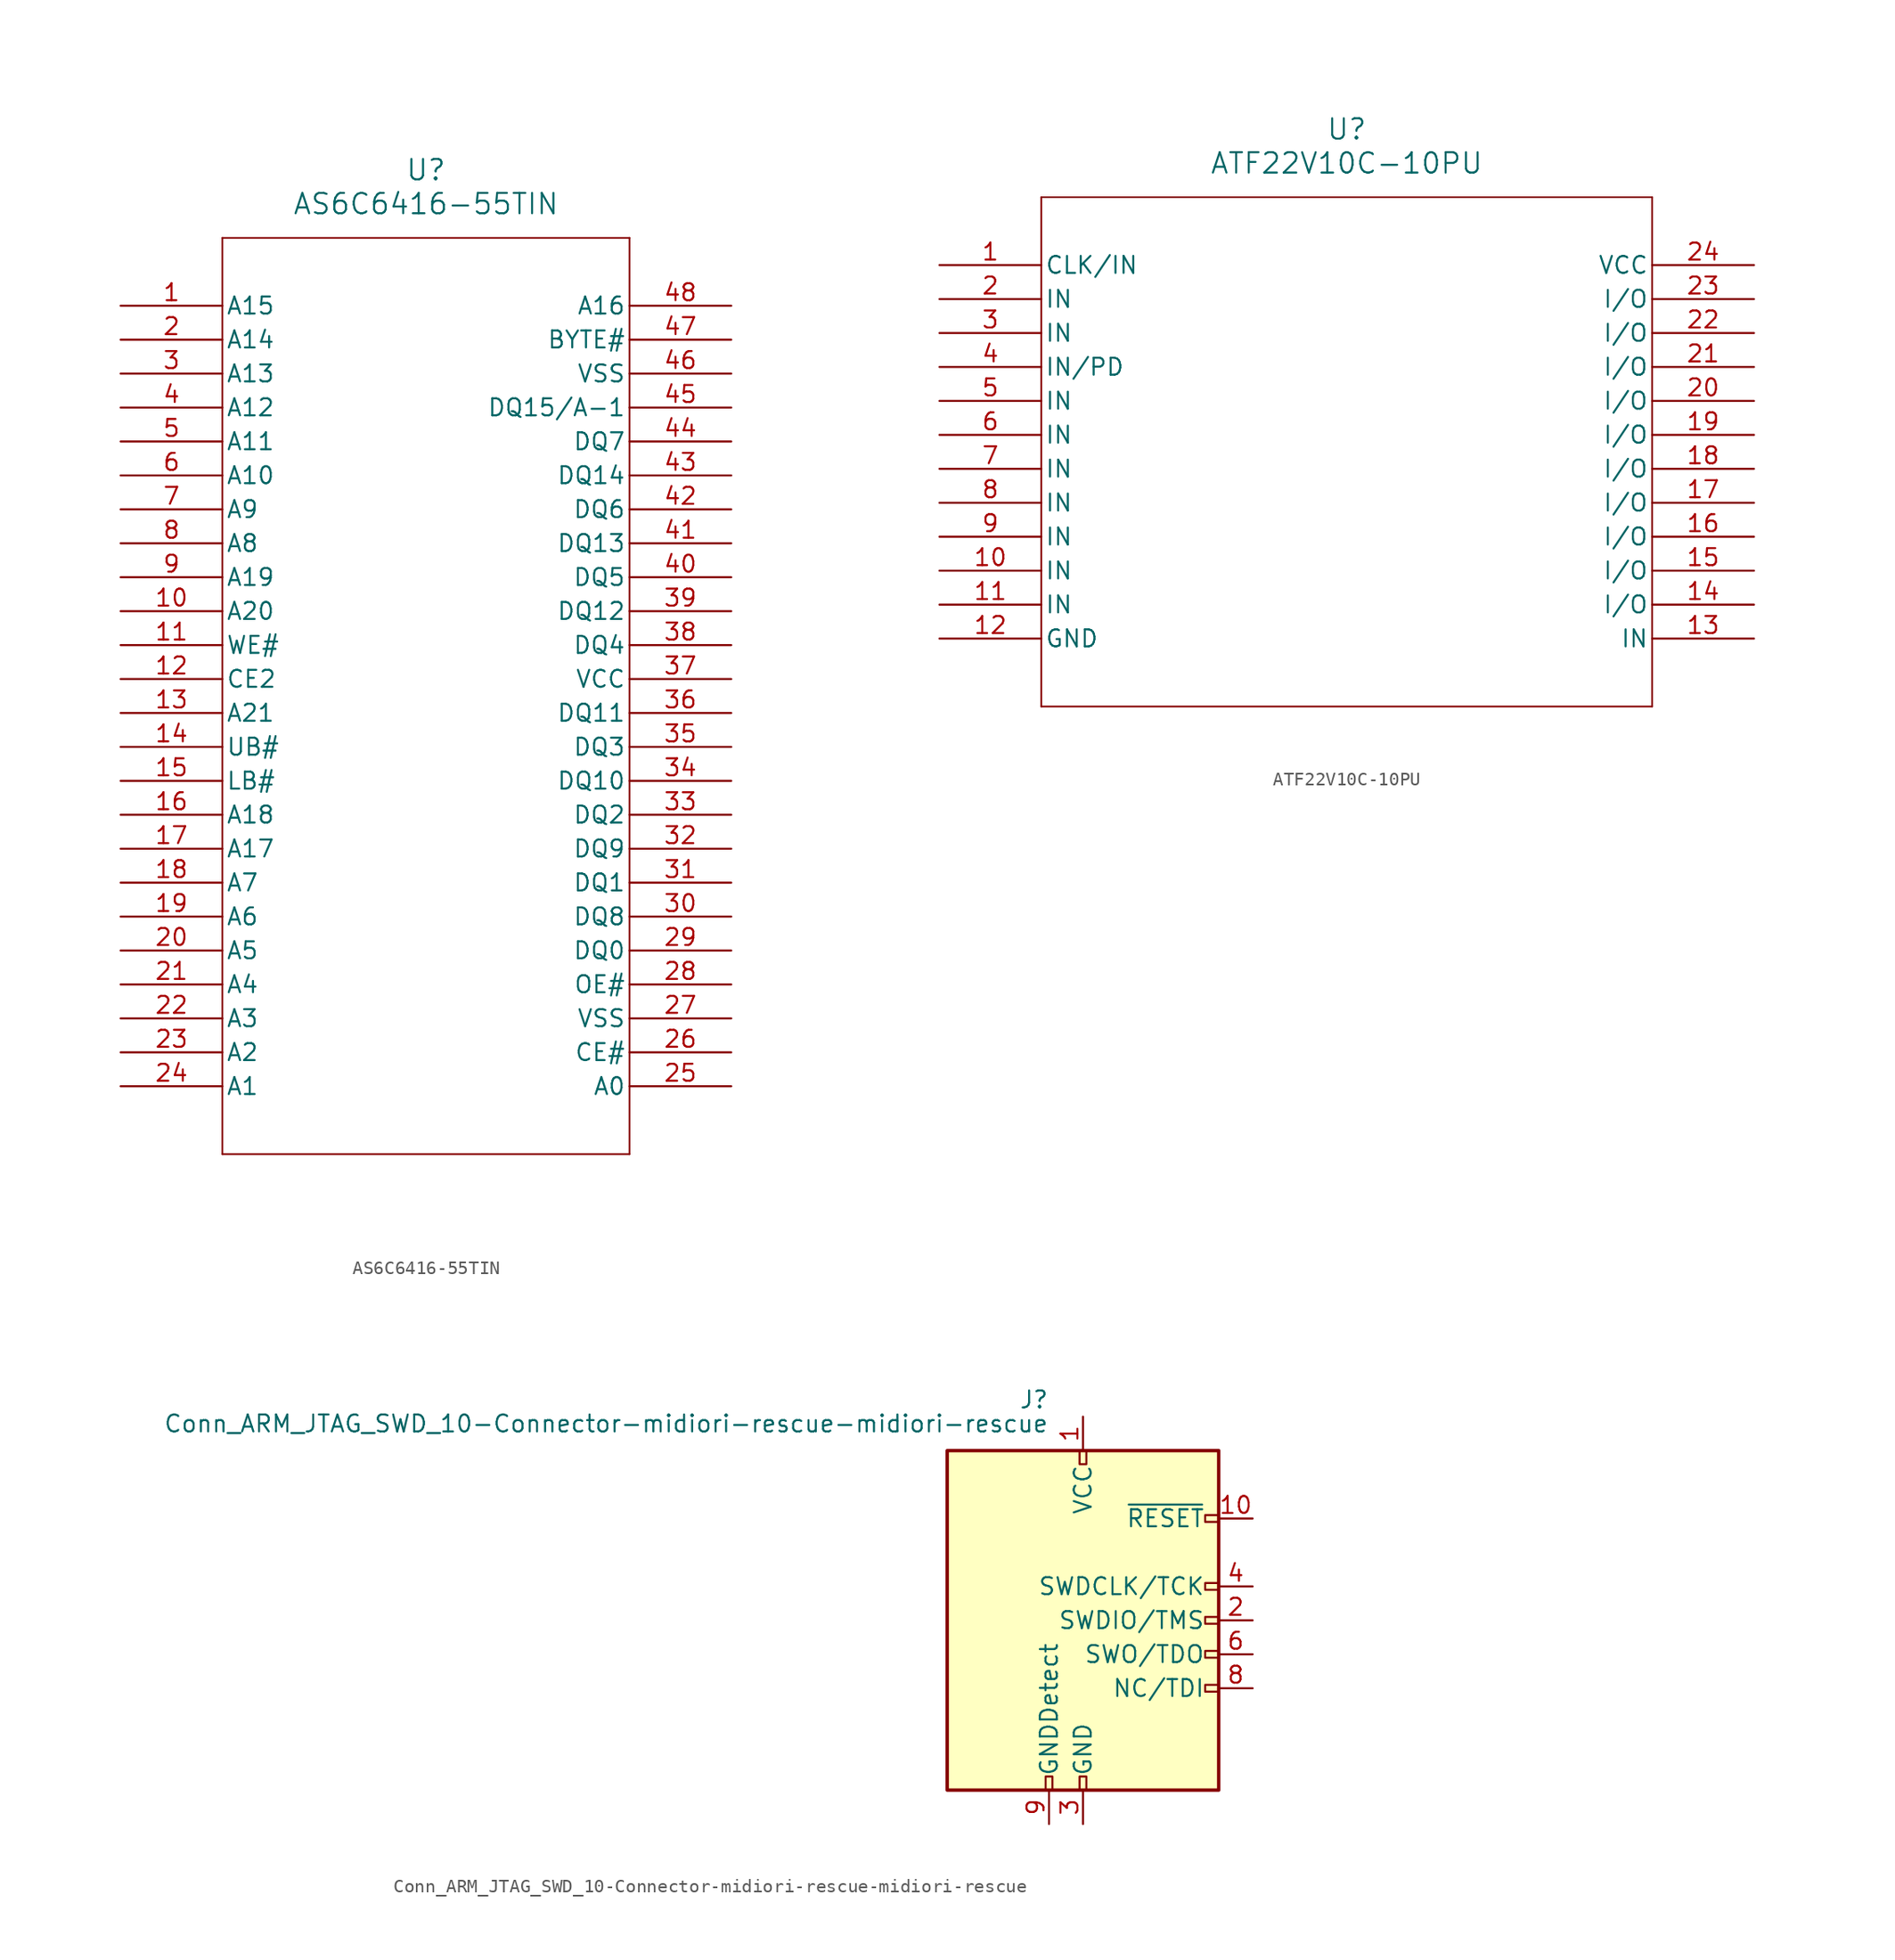
<source format=kicad_sym>
(kicad_symbol_lib
  (version 20220914)
  (generator kicad_symbol_editor)
  (symbol "AS6C6416-55TIN"
    (pin_names
      (offset 0.254))
    (property "Reference" "U"
      (at 22.86 10.16 0)
      (effects (font (size 1.524 1.524))))
    (property "Value" "AS6C6416-55TIN"
      (at 22.86 7.62 0)
      (effects (font (size 1.524 1.524))))
    (property "ki_locked" ""
      (at 0 0 0)
      (effects (font (size 1.27 1.27))))
    (symbol "AS6C6416-55TIN_0_1"
      (polyline (pts (xy 7.62 -63.5) (xy 38.1 -63.5)) (stroke (width 0.127) (type default)) (fill (type none)))
      (polyline (pts (xy 7.62 5.08) (xy 7.62 -63.5)) (stroke (width 0.127) (type default)) (fill (type none)))
      (polyline (pts (xy 38.1 -63.5) (xy 38.1 5.08)) (stroke (width 0.127) (type default)) (fill (type none)))
      (polyline (pts (xy 38.1 5.08) (xy 7.62 5.08)) (stroke (width 0.127) (type default)) (fill (type none)))
      (pin input line (at 0 0 0) (length 7.62) (name "A15" (effects (font (size 1.27 1.27)))) (number "1" (effects (font (size 1.27 1.27)))))
      (pin input line (at 0 -22.86 0) (length 7.62) (name "A20" (effects (font (size 1.27 1.27)))) (number "10" (effects (font (size 1.27 1.27)))))
      (pin input line (at 0 -25.4 0) (length 7.62) (name "WE#" (effects (font (size 1.27 1.27)))) (number "11" (effects (font (size 1.27 1.27)))))
      (pin input line (at 0 -27.94 0) (length 7.62) (name "CE2" (effects (font (size 1.27 1.27)))) (number "12" (effects (font (size 1.27 1.27)))))
      (pin input line (at 0 -30.48 0) (length 7.62) (name "A21" (effects (font (size 1.27 1.27)))) (number "13" (effects (font (size 1.27 1.27)))))
      (pin input line (at 0 -33.02 0) (length 7.62) (name "UB#" (effects (font (size 1.27 1.27)))) (number "14" (effects (font (size 1.27 1.27)))))
      (pin input line (at 0 -35.56 0) (length 7.62) (name "LB#" (effects (font (size 1.27 1.27)))) (number "15" (effects (font (size 1.27 1.27)))))
      (pin input line (at 0 -38.1 0) (length 7.62) (name "A18" (effects (font (size 1.27 1.27)))) (number "16" (effects (font (size 1.27 1.27)))))
      (pin input line (at 0 -40.64 0) (length 7.62) (name "A17" (effects (font (size 1.27 1.27)))) (number "17" (effects (font (size 1.27 1.27)))))
      (pin input line (at 0 -43.18 0) (length 7.62) (name "A7" (effects (font (size 1.27 1.27)))) (number "18" (effects (font (size 1.27 1.27)))))
      (pin input line (at 0 -45.72 0) (length 7.62) (name "A6" (effects (font (size 1.27 1.27)))) (number "19" (effects (font (size 1.27 1.27)))))
      (pin input line (at 0 -2.54 0) (length 7.62) (name "A14" (effects (font (size 1.27 1.27)))) (number "2" (effects (font (size 1.27 1.27)))))
      (pin input line (at 0 -48.26 0) (length 7.62) (name "A5" (effects (font (size 1.27 1.27)))) (number "20" (effects (font (size 1.27 1.27)))))
      (pin input line (at 0 -50.8 0) (length 7.62) (name "A4" (effects (font (size 1.27 1.27)))) (number "21" (effects (font (size 1.27 1.27)))))
      (pin input line (at 0 -53.34 0) (length 7.62) (name "A3" (effects (font (size 1.27 1.27)))) (number "22" (effects (font (size 1.27 1.27)))))
      (pin input line (at 0 -55.88 0) (length 7.62) (name "A2" (effects (font (size 1.27 1.27)))) (number "23" (effects (font (size 1.27 1.27)))))
      (pin input line (at 0 -58.42 0) (length 7.62) (name "A1" (effects (font (size 1.27 1.27)))) (number "24" (effects (font (size 1.27 1.27)))))
      (pin input line (at 45.72 -58.42 180) (length 7.62) (name "A0" (effects (font (size 1.27 1.27)))) (number "25" (effects (font (size 1.27 1.27)))))
      (pin input line (at 45.72 -55.88 180) (length 7.62) (name "CE#" (effects (font (size 1.27 1.27)))) (number "26" (effects (font (size 1.27 1.27)))))
      (pin power_out line (at 45.72 -53.34 180) (length 7.62) (name "VSS" (effects (font (size 1.27 1.27)))) (number "27" (effects (font (size 1.27 1.27)))))
      (pin input line (at 45.72 -50.8 180) (length 7.62) (name "OE#" (effects (font (size 1.27 1.27)))) (number "28" (effects (font (size 1.27 1.27)))))
      (pin bidirectional line (at 45.72 -48.26 180) (length 7.62) (name "DQ0" (effects (font (size 1.27 1.27)))) (number "29" (effects (font (size 1.27 1.27)))))
      (pin input line (at 0 -5.08 0) (length 7.62) (name "A13" (effects (font (size 1.27 1.27)))) (number "3" (effects (font (size 1.27 1.27)))))
      (pin bidirectional line (at 45.72 -45.72 180) (length 7.62) (name "DQ8" (effects (font (size 1.27 1.27)))) (number "30" (effects (font (size 1.27 1.27)))))
      (pin bidirectional line (at 45.72 -43.18 180) (length 7.62) (name "DQ1" (effects (font (size 1.27 1.27)))) (number "31" (effects (font (size 1.27 1.27)))))
      (pin bidirectional line (at 45.72 -40.64 180) (length 7.62) (name "DQ9" (effects (font (size 1.27 1.27)))) (number "32" (effects (font (size 1.27 1.27)))))
      (pin bidirectional line (at 45.72 -38.1 180) (length 7.62) (name "DQ2" (effects (font (size 1.27 1.27)))) (number "33" (effects (font (size 1.27 1.27)))))
      (pin bidirectional line (at 45.72 -35.56 180) (length 7.62) (name "DQ10" (effects (font (size 1.27 1.27)))) (number "34" (effects (font (size 1.27 1.27)))))
      (pin bidirectional line (at 45.72 -33.02 180) (length 7.62) (name "DQ3" (effects (font (size 1.27 1.27)))) (number "35" (effects (font (size 1.27 1.27)))))
      (pin bidirectional line (at 45.72 -30.48 180) (length 7.62) (name "DQ11" (effects (font (size 1.27 1.27)))) (number "36" (effects (font (size 1.27 1.27)))))
      (pin power_in line (at 45.72 -27.94 180) (length 7.62) (name "VCC" (effects (font (size 1.27 1.27)))) (number "37" (effects (font (size 1.27 1.27)))))
      (pin bidirectional line (at 45.72 -25.4 180) (length 7.62) (name "DQ4" (effects (font (size 1.27 1.27)))) (number "38" (effects (font (size 1.27 1.27)))))
      (pin bidirectional line (at 45.72 -22.86 180) (length 7.62) (name "DQ12" (effects (font (size 1.27 1.27)))) (number "39" (effects (font (size 1.27 1.27)))))
      (pin input line (at 0 -7.62 0) (length 7.62) (name "A12" (effects (font (size 1.27 1.27)))) (number "4" (effects (font (size 1.27 1.27)))))
      (pin bidirectional line (at 45.72 -20.32 180) (length 7.62) (name "DQ5" (effects (font (size 1.27 1.27)))) (number "40" (effects (font (size 1.27 1.27)))))
      (pin bidirectional line (at 45.72 -17.78 180) (length 7.62) (name "DQ13" (effects (font (size 1.27 1.27)))) (number "41" (effects (font (size 1.27 1.27)))))
      (pin bidirectional line (at 45.72 -15.24 180) (length 7.62) (name "DQ6" (effects (font (size 1.27 1.27)))) (number "42" (effects (font (size 1.27 1.27)))))
      (pin bidirectional line (at 45.72 -12.7 180) (length 7.62) (name "DQ14" (effects (font (size 1.27 1.27)))) (number "43" (effects (font (size 1.27 1.27)))))
      (pin bidirectional line (at 45.72 -10.16 180) (length 7.62) (name "DQ7" (effects (font (size 1.27 1.27)))) (number "44" (effects (font (size 1.27 1.27)))))
      (pin bidirectional line (at 45.72 -7.62 180) (length 7.62) (name "DQ15/A-1" (effects (font (size 1.27 1.27)))) (number "45" (effects (font (size 1.27 1.27)))))
      (pin power_out line (at 45.72 -5.08 180) (length 7.62) (name "VSS" (effects (font (size 1.27 1.27)))) (number "46" (effects (font (size 1.27 1.27)))))
      (pin input line (at 45.72 -2.54 180) (length 7.62) (name "BYTE#" (effects (font (size 1.27 1.27)))) (number "47" (effects (font (size 1.27 1.27)))))
      (pin input line (at 45.72 0 180) (length 7.62) (name "A16" (effects (font (size 1.27 1.27)))) (number "48" (effects (font (size 1.27 1.27)))))
      (pin input line (at 0 -10.16 0) (length 7.62) (name "A11" (effects (font (size 1.27 1.27)))) (number "5" (effects (font (size 1.27 1.27)))))
      (pin input line (at 0 -12.7 0) (length 7.62) (name "A10" (effects (font (size 1.27 1.27)))) (number "6" (effects (font (size 1.27 1.27)))))
      (pin input line (at 0 -15.24 0) (length 7.62) (name "A9" (effects (font (size 1.27 1.27)))) (number "7" (effects (font (size 1.27 1.27)))))
      (pin input line (at 0 -17.78 0) (length 7.62) (name "A8" (effects (font (size 1.27 1.27)))) (number "8" (effects (font (size 1.27 1.27)))))
      (pin input line (at 0 -20.32 0) (length 7.62) (name "A19" (effects (font (size 1.27 1.27)))) (number "9" (effects (font (size 1.27 1.27)))))))
  (symbol "ATF22V10C-10PU"
    (pin_names
      (offset 0.254))
    (property "Reference" "U"
      (at 30.48 10.16 0)
      (effects (font (size 1.524 1.524))))
    (property "Value" "ATF22V10C-10PU"
      (at 30.48 7.62 0)
      (effects (font (size 1.524 1.524))))
    (property "ki_locked" ""
      (at 0 0 0)
      (effects (font (size 1.27 1.27))))
    (symbol "ATF22V10C-10PU_0_1"
      (polyline (pts (xy 7.62 -33.02) (xy 53.34 -33.02)) (stroke (width 0.127) (type default)) (fill (type none)))
      (polyline (pts (xy 7.62 5.08) (xy 7.62 -33.02)) (stroke (width 0.127) (type default)) (fill (type none)))
      (polyline (pts (xy 53.34 -33.02) (xy 53.34 5.08)) (stroke (width 0.127) (type default)) (fill (type none)))
      (polyline (pts (xy 53.34 5.08) (xy 7.62 5.08)) (stroke (width 0.127) (type default)) (fill (type none)))
      (pin bidirectional line (at 0 0 0) (length 7.62) (name "CLK/IN" (effects (font (size 1.27 1.27)))) (number "1" (effects (font (size 1.27 1.27)))))
      (pin input line (at 0 -22.86 0) (length 7.62) (name "IN" (effects (font (size 1.27 1.27)))) (number "10" (effects (font (size 1.27 1.27)))))
      (pin input line (at 0 -25.4 0) (length 7.62) (name "IN" (effects (font (size 1.27 1.27)))) (number "11" (effects (font (size 1.27 1.27)))))
      (pin power_in line (at 0 -27.94 0) (length 7.62) (name "GND" (effects (font (size 1.27 1.27)))) (number "12" (effects (font (size 1.27 1.27)))))
      (pin input line (at 60.96 -27.94 180) (length 7.62) (name "IN" (effects (font (size 1.27 1.27)))) (number "13" (effects (font (size 1.27 1.27)))))
      (pin bidirectional line (at 60.96 -25.4 180) (length 7.62) (name "I/O" (effects (font (size 1.27 1.27)))) (number "14" (effects (font (size 1.27 1.27)))))
      (pin bidirectional line (at 60.96 -22.86 180) (length 7.62) (name "I/O" (effects (font (size 1.27 1.27)))) (number "15" (effects (font (size 1.27 1.27)))))
      (pin bidirectional line (at 60.96 -20.32 180) (length 7.62) (name "I/O" (effects (font (size 1.27 1.27)))) (number "16" (effects (font (size 1.27 1.27)))))
      (pin bidirectional line (at 60.96 -17.78 180) (length 7.62) (name "I/O" (effects (font (size 1.27 1.27)))) (number "17" (effects (font (size 1.27 1.27)))))
      (pin bidirectional line (at 60.96 -15.24 180) (length 7.62) (name "I/O" (effects (font (size 1.27 1.27)))) (number "18" (effects (font (size 1.27 1.27)))))
      (pin bidirectional line (at 60.96 -12.7 180) (length 7.62) (name "I/O" (effects (font (size 1.27 1.27)))) (number "19" (effects (font (size 1.27 1.27)))))
      (pin input line (at 0 -2.54 0) (length 7.62) (name "IN" (effects (font (size 1.27 1.27)))) (number "2" (effects (font (size 1.27 1.27)))))
      (pin bidirectional line (at 60.96 -10.16 180) (length 7.62) (name "I/O" (effects (font (size 1.27 1.27)))) (number "20" (effects (font (size 1.27 1.27)))))
      (pin bidirectional line (at 60.96 -7.62 180) (length 7.62) (name "I/O" (effects (font (size 1.27 1.27)))) (number "21" (effects (font (size 1.27 1.27)))))
      (pin bidirectional line (at 60.96 -5.08 180) (length 7.62) (name "I/O" (effects (font (size 1.27 1.27)))) (number "22" (effects (font (size 1.27 1.27)))))
      (pin bidirectional line (at 60.96 -2.54 180) (length 7.62) (name "I/O" (effects (font (size 1.27 1.27)))) (number "23" (effects (font (size 1.27 1.27)))))
      (pin power_in line (at 60.96 0 180) (length 7.62) (name "VCC" (effects (font (size 1.27 1.27)))) (number "24" (effects (font (size 1.27 1.27)))))
      (pin input line (at 0 -5.08 0) (length 7.62) (name "IN" (effects (font (size 1.27 1.27)))) (number "3" (effects (font (size 1.27 1.27)))))
      (pin bidirectional line (at 0 -7.62 0) (length 7.62) (name "IN/PD" (effects (font (size 1.27 1.27)))) (number "4" (effects (font (size 1.27 1.27)))))
      (pin input line (at 0 -10.16 0) (length 7.62) (name "IN" (effects (font (size 1.27 1.27)))) (number "5" (effects (font (size 1.27 1.27)))))
      (pin input line (at 0 -12.7 0) (length 7.62) (name "IN" (effects (font (size 1.27 1.27)))) (number "6" (effects (font (size 1.27 1.27)))))
      (pin input line (at 0 -15.24 0) (length 7.62) (name "IN" (effects (font (size 1.27 1.27)))) (number "7" (effects (font (size 1.27 1.27)))))
      (pin input line (at 0 -17.78 0) (length 7.62) (name "IN" (effects (font (size 1.27 1.27)))) (number "8" (effects (font (size 1.27 1.27)))))
      (pin input line (at 0 -20.32 0) (length 7.62) (name "IN" (effects (font (size 1.27 1.27)))) (number "9" (effects (font (size 1.27 1.27)))))))
  (symbol "Conn_ARM_JTAG_SWD_10-Connector-midiori-rescue-midiori-rescue"
    (pin_names
      (offset 1.016))
    (property "Reference" "J"
      (at -2.54 16.51 0)
      (effects (font (size 1.27 1.27)) (justify right)))
    (property "Value" "Conn_ARM_JTAG_SWD_10-Connector-midiori-rescue-midiori-rescue"
      (at -2.54 13.97 0)
      (effects (font (size 1.27 1.27)) (justify right bottom)))
    (symbol "Conn_ARM_JTAG_SWD_10-Connector-midiori-rescue-midiori-rescue_0_1"
      (rectangle (start -10.16 12.7) (end 10.16 -12.7) (stroke (width 0.254) (type default)) (fill (type background)))
      (rectangle (start -2.794 -12.7) (end -2.286 -11.684) (stroke (width 0) (type default)) (fill (type none)))
      (rectangle (start -0.254 -12.7) (end 0.254 -11.684) (stroke (width 0) (type default)) (fill (type none)))
      (rectangle (start -0.254 12.7) (end 0.254 11.684) (stroke (width 0) (type default)) (fill (type none)))
      (rectangle (start 9.144 2.286) (end 10.16 2.794) (stroke (width 0) (type default)) (fill (type none)))
      (rectangle (start 10.16 -2.794) (end 9.144 -2.286) (stroke (width 0) (type default)) (fill (type none)))
      (rectangle (start 10.16 -0.254) (end 9.144 0.254) (stroke (width 0) (type default)) (fill (type none)))
      (rectangle (start 10.16 7.874) (end 9.144 7.366) (stroke (width 0) (type default)) (fill (type none))))
    (symbol "Conn_ARM_JTAG_SWD_10-Connector-midiori-rescue-midiori-rescue_1_1"
      (rectangle (start 9.144 -5.334) (end 10.16 -4.826) (stroke (width 0) (type default)) (fill (type none)))
      (pin power_in line (at 0 15.24 270) (length 2.54) (name "VCC" (effects (font (size 1.27 1.27)))) (number "1" (effects (font (size 1.27 1.27)))))
      (pin open_collector line (at 12.7 7.62 180) (length 2.54) (name "~{RESET}" (effects (font (size 1.27 1.27)))) (number "10" (effects (font (size 1.27 1.27)))))
      (pin bidirectional line (at 12.7 0 180) (length 2.54) (name "SWDIO/TMS" (effects (font (size 1.27 1.27)))) (number "2" (effects (font (size 1.27 1.27)))))
      (pin power_in line (at 0 -15.24 90) (length 2.54) (name "GND" (effects (font (size 1.27 1.27)))) (number "3" (effects (font (size 1.27 1.27)))))
      (pin output line (at 12.7 2.54 180) (length 2.54) (name "SWDCLK/TCK" (effects (font (size 1.27 1.27)))) (number "4" (effects (font (size 1.27 1.27)))))
      (pin passive line (at 0 -15.24 90) (length 2.54) hide (name "GND" (effects (font (size 1.27 1.27)))) (number "5" (effects (font (size 1.27 1.27)))))
      (pin input line (at 12.7 -2.54 180) (length 2.54) (name "SWO/TDO" (effects (font (size 1.27 1.27)))) (number "6" (effects (font (size 1.27 1.27)))))
      (pin no_connect line (at -10.16 0 0) (length 2.54) hide (name "KEY" (effects (font (size 1.27 1.27)))) (number "7" (effects (font (size 1.27 1.27)))))
      (pin output line (at 12.7 -5.08 180) (length 2.54) (name "NC/TDI" (effects (font (size 1.27 1.27)))) (number "8" (effects (font (size 1.27 1.27)))))
      (pin input line (at -2.54 -15.24 90) (length 2.54) (name "GNDDetect" (effects (font (size 1.27 1.27)))) (number "9" (effects (font (size 1.27 1.27))))))))
</source>
